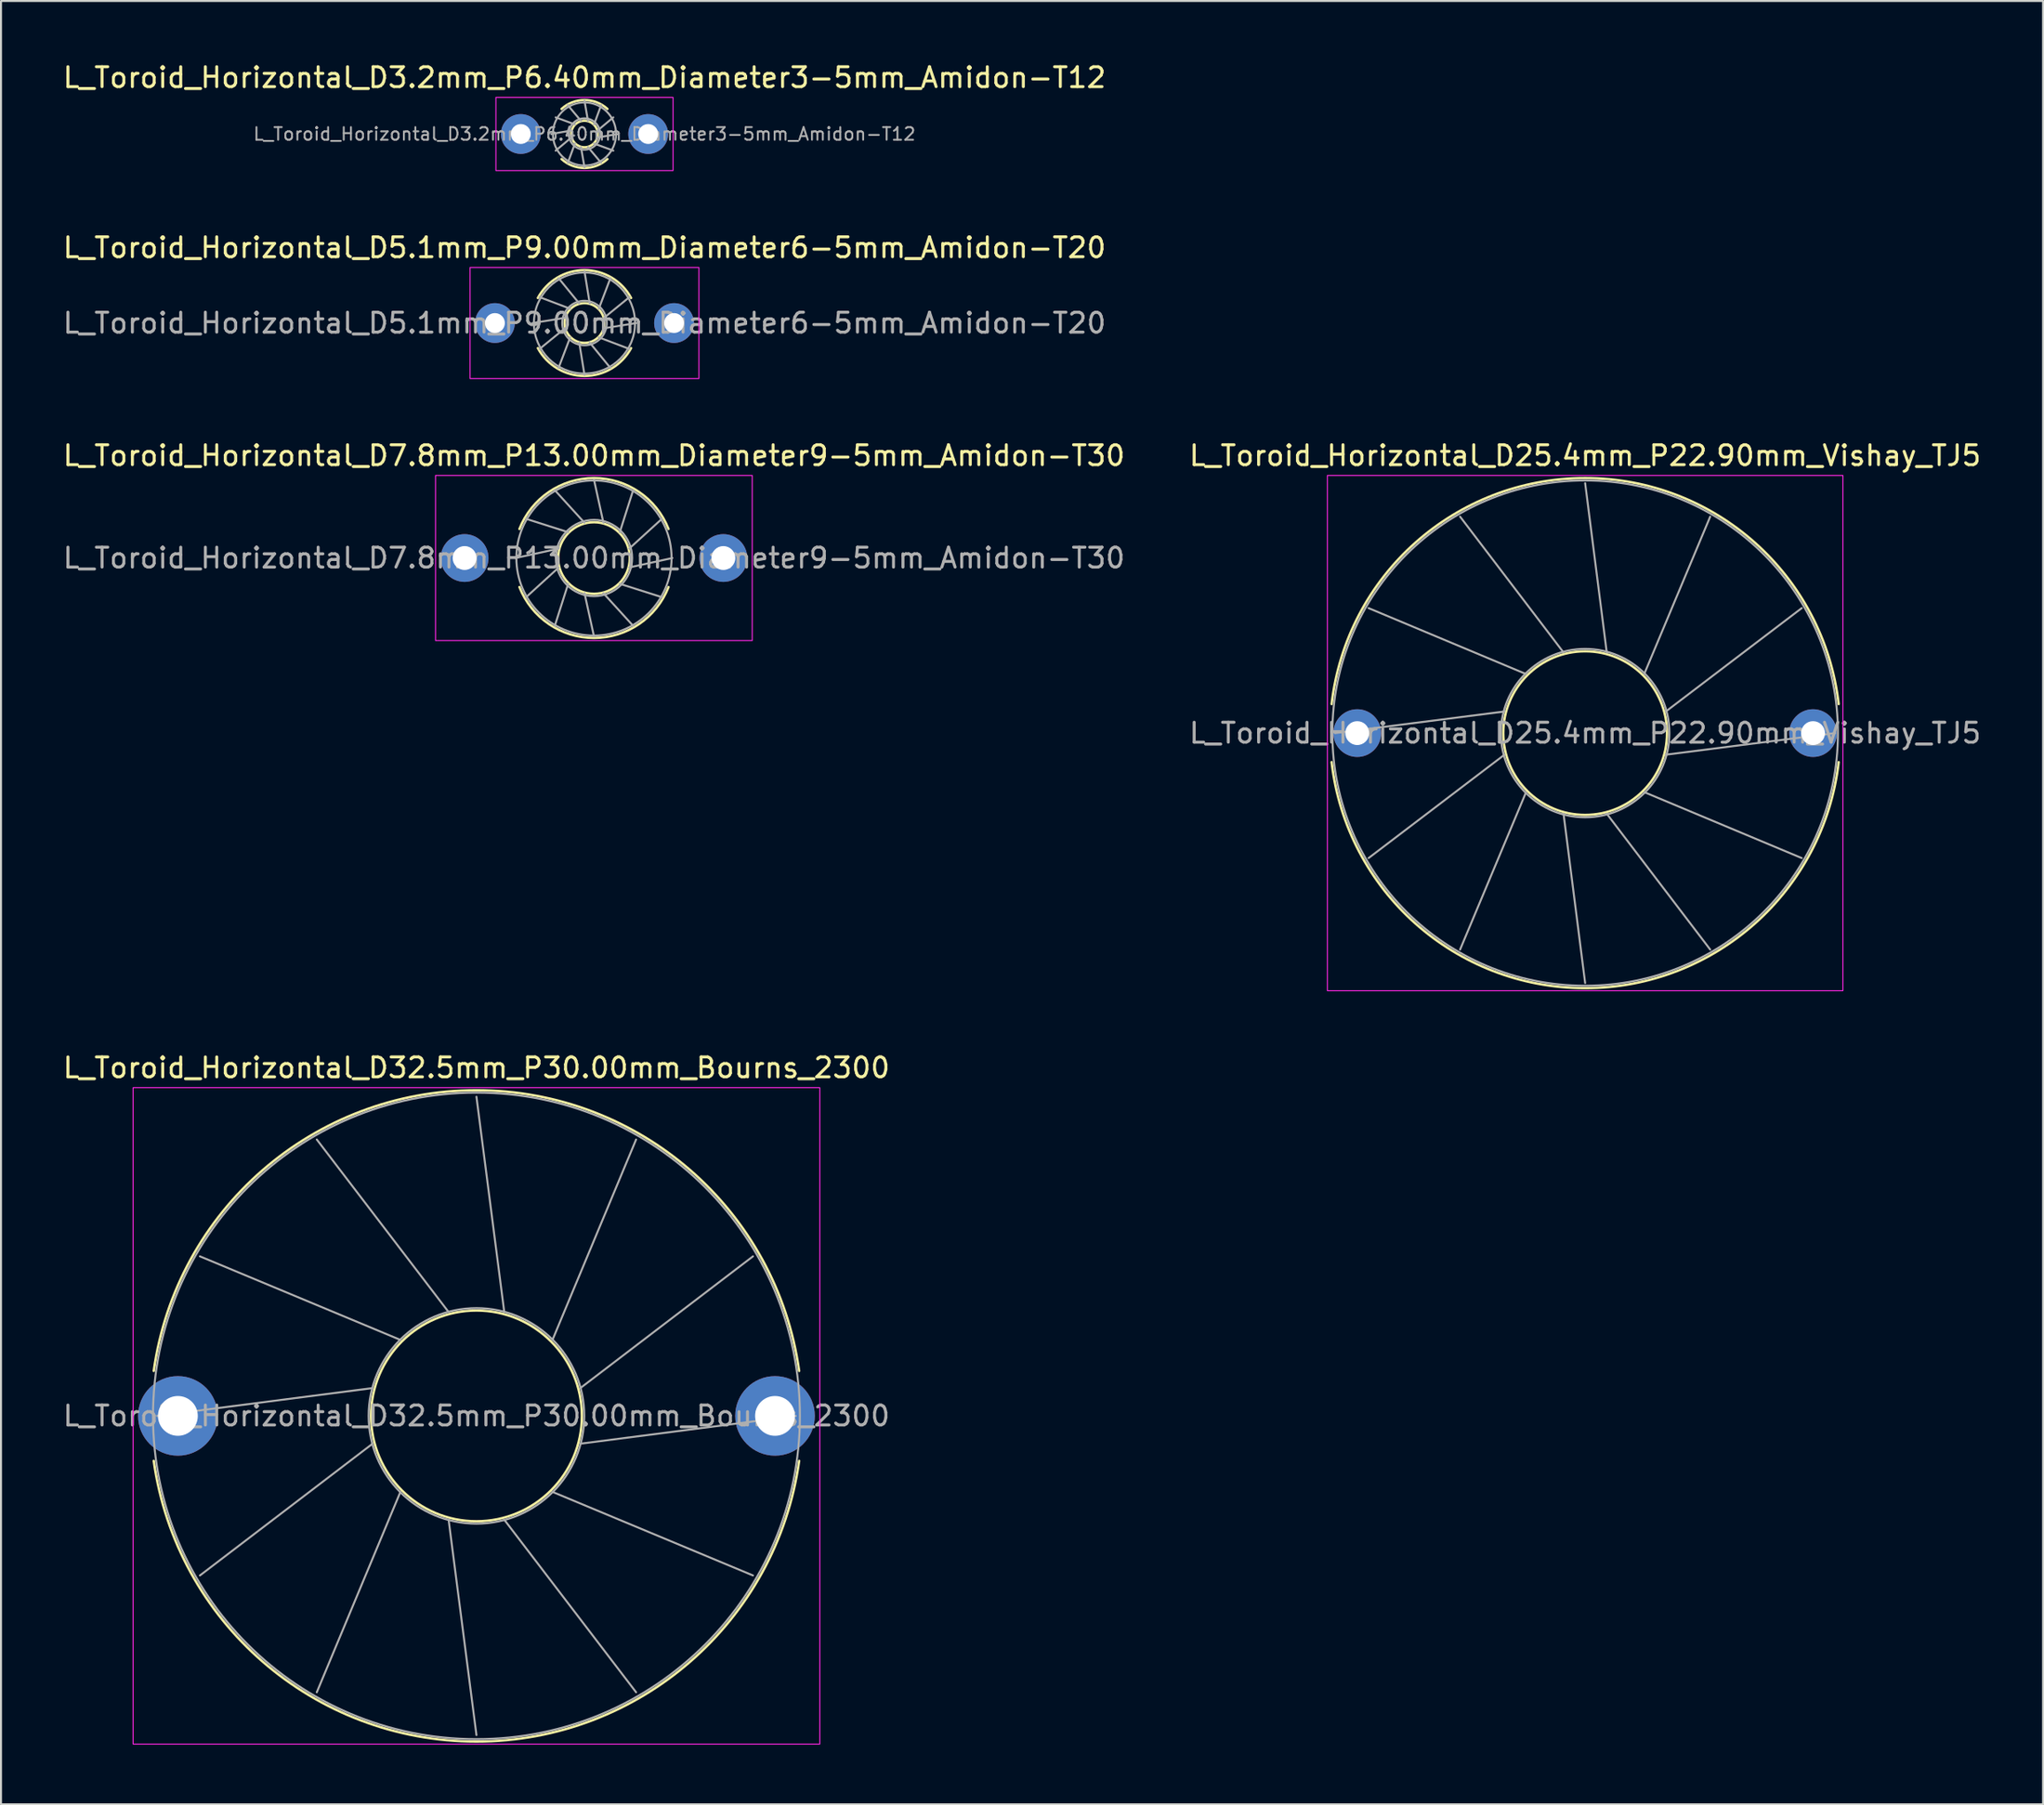
<source format=kicad_pcb>
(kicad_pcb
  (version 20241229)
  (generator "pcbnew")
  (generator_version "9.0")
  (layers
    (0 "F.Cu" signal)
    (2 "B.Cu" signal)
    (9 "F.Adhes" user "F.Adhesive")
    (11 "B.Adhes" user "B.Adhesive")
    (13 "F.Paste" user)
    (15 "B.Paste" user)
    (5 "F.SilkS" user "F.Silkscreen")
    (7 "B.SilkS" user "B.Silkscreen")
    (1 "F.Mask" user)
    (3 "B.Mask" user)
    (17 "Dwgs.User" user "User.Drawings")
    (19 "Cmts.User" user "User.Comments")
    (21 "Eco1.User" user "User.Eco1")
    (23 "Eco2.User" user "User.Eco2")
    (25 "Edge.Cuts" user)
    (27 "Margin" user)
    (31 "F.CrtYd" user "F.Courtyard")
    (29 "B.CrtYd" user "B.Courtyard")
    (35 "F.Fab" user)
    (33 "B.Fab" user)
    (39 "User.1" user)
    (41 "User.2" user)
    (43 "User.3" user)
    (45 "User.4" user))
  (footprint "L_Toroid_Horizontal_D7.8mm_P13.00mm_Diameter9-5mm_Amidon-T30"
    (layer "F.Cu")
    (at 20.292 25.001)
    (property "Reference" "L_Toroid_Horizontal_D7.8mm_P13.00mm_Diameter9-5mm_Amidon-T30" (at 6.5 -5.149 0) (layer "F.SilkS") (effects (font (size 1 1) (thickness 0.15))))
    (attr through_hole)
    (fp_arc (start 2.755677 -1.46) (mid 6.5 -4.0189) (end 10.244323 -1.46) (stroke (width 0.12) (type solid)) (layer "F.SilkS"))
    (fp_arc (start 10.244323 1.46) (mid 6.5 4.0189) (end 2.755677 1.46) (stroke (width 0.12) (type solid)) (layer "F.SilkS"))
    (fp_circle (center 6.5 0) (end 8.298 0) (stroke (width 0.12) (type solid)) (fill no) (layer "F.SilkS"))
    (fp_rect (start -1.46 -4.15) (end 14.45 4.15) (stroke (width 0.05) (type solid)) (fill no) (layer "F.CrtYd"))
    (fp_line (start 2.561 0) (end 4.729 -0.475) (stroke (width 0.1) (type solid)) (layer "F.Fab"))
    (fp_line (start 3.089 -1.969) (end 5.203 -1.297) (stroke (width 0.1) (type solid)) (layer "F.Fab"))
    (fp_line (start 3.089 1.969) (end 4.729 0.475) (stroke (width 0.1) (type solid)) (layer "F.Fab"))
    (fp_line (start 4.531 -3.411) (end 6.025 -1.771) (stroke (width 0.1) (type solid)) (layer "F.Fab"))
    (fp_line (start 4.531 3.411) (end 5.203 1.297) (stroke (width 0.1) (type solid)) (layer "F.Fab"))
    (fp_line (start 6.5 -3.939) (end 6.975 -1.771) (stroke (width 0.1) (type solid)) (layer "F.Fab"))
    (fp_line (start 6.5 3.939) (end 6.025 1.771) (stroke (width 0.1) (type solid)) (layer "F.Fab"))
    (fp_line (start 8.469 -3.411) (end 7.797 -1.297) (stroke (width 0.1) (type solid)) (layer "F.Fab"))
    (fp_line (start 8.469 3.411) (end 6.975 1.771) (stroke (width 0.1) (type solid)) (layer "F.Fab"))
    (fp_line (start 9.911 -1.969) (end 8.271 -0.475) (stroke (width 0.1) (type solid)) (layer "F.Fab"))
    (fp_line (start 9.911 1.969) (end 7.797 1.297) (stroke (width 0.1) (type solid)) (layer "F.Fab"))
    (fp_line (start 10.439 0) (end 8.271 0.475) (stroke (width 0.1) (type solid)) (layer "F.Fab"))
    (fp_circle (center 6.5 0) (end 8.418 0) (stroke (width 0.1) (type solid)) (fill no) (layer "F.Fab"))
    (fp_circle (center 6.5 0) (end 10.399 0) (stroke (width 0.1) (type solid)) (fill no) (layer "F.Fab"))
    (fp_text user "${REFERENCE}" (at 6.5 0 0) (layer "F.Fab") (effects (font (size 1 1) (thickness 0.15))))
    (pad "1" thru_hole circle (at 0 0) (size 2.4 2.4) (drill 1.2) (layers "*.Cu" "*.Mask"))
    (pad "2" thru_hole circle (at 13 0) (size 2.4 2.4) (drill 1.2) (layers "*.Cu" "*.Mask")))
  (footprint "L_Toroid_Horizontal_D5.1mm_P9.00mm_Diameter6-5mm_Amidon-T20"
    (layer "F.Cu")
    (at 21.815 13.189)
    (property "Reference" "L_Toroid_Horizontal_D5.1mm_P9.00mm_Diameter6-5mm_Amidon-T20" (at 4.5 -3.79 0) (layer "F.SilkS") (effects (font (size 1 1) (thickness 0.15))))
    (attr through_hole)
    (fp_arc (start 2.157352 -1.26) (mid 4.5 -2.66) (end 6.842648 -1.26) (stroke (width 0.12) (type solid)) (layer "F.SilkS"))
    (fp_arc (start 6.842648 1.26) (mid 4.5 2.66) (end 2.157352 1.26) (stroke (width 0.12) (type solid)) (layer "F.SilkS"))
    (fp_circle (center 4.5 0) (end 5.498 0) (stroke (width 0.12) (type solid)) (fill no) (layer "F.SilkS"))
    (fp_rect (start -1.25 -2.79) (end 10.25 2.79) (stroke (width 0.05) (type solid)) (fill no) (layer "F.CrtYd"))
    (fp_line (start 1.893 0) (end 3.517 -0.263) (stroke (width 0.1) (type solid)) (layer "F.Fab"))
    (fp_line (start 2.242 -1.303) (end 3.78 -0.72) (stroke (width 0.1) (type solid)) (layer "F.Fab"))
    (fp_line (start 2.242 1.303) (end 3.517 0.263) (stroke (width 0.1) (type solid)) (layer "F.Fab"))
    (fp_line (start 3.197 -2.258) (end 4.237 -0.983) (stroke (width 0.1) (type solid)) (layer "F.Fab"))
    (fp_line (start 3.197 2.258) (end 3.78 0.72) (stroke (width 0.1) (type solid)) (layer "F.Fab"))
    (fp_line (start 4.5 -2.607) (end 4.763 -0.983) (stroke (width 0.1) (type solid)) (layer "F.Fab"))
    (fp_line (start 4.5 2.607) (end 4.237 0.983) (stroke (width 0.1) (type solid)) (layer "F.Fab"))
    (fp_line (start 5.803 -2.258) (end 5.22 -0.72) (stroke (width 0.1) (type solid)) (layer "F.Fab"))
    (fp_line (start 5.803 2.258) (end 4.763 0.983) (stroke (width 0.1) (type solid)) (layer "F.Fab"))
    (fp_line (start 6.758 -1.303) (end 5.483 -0.263) (stroke (width 0.1) (type solid)) (layer "F.Fab"))
    (fp_line (start 6.758 1.303) (end 5.22 0.72) (stroke (width 0.1) (type solid)) (layer "F.Fab"))
    (fp_line (start 7.107 0) (end 5.483 0.263) (stroke (width 0.1) (type solid)) (layer "F.Fab"))
    (fp_circle (center 4.5 0) (end 5.618 0) (stroke (width 0.1) (type solid)) (fill no) (layer "F.Fab"))
    (fp_circle (center 4.5 0) (end 7.04 0) (stroke (width 0.1) (type solid)) (fill no) (layer "F.Fab"))
    (fp_text user "${REFERENCE}" (at 4.5 0 0) (layer "F.Fab") (effects (font (size 1 1) (thickness 0.15))))
    (pad "1" thru_hole circle (at 0 0) (size 2 2) (drill 1) (layers "*.Cu" "*.Mask"))
    (pad "2" thru_hole circle (at 9 0) (size 2 2) (drill 1) (layers "*.Cu" "*.Mask")))
  (footprint "L_Toroid_Horizontal_D3.2mm_P6.40mm_Diameter3-5mm_Amidon-T12"
    (layer "F.Cu")
    (at 23.115 3.686)
    (property "Reference" "L_Toroid_Horizontal_D3.2mm_P6.40mm_Diameter3-5mm_Amidon-T12" (at 3.2 -2.837 0) (layer "F.SilkS") (effects (font (size 1 1) (thickness 0.15))))
    (attr through_hole)
    (fp_arc (start 2.04763 -1.26) (mid 3.2 -1.7075) (end 4.35237 -1.26) (stroke (width 0.12) (type solid)) (layer "F.SilkS"))
    (fp_arc (start 4.35237 1.26) (mid 3.2 1.7075) (end 2.04763 1.26) (stroke (width 0.12) (type solid)) (layer "F.SilkS"))
    (fp_circle (center 3.2 0) (end 3.867 0) (stroke (width 0.12) (type solid)) (fill no) (layer "F.SilkS"))
    (fp_rect (start -1.25 -1.84) (end 7.65 1.84) (stroke (width 0.05) (type solid)) (fill no) (layer "F.CrtYd"))
    (fp_line (start 1.527 0) (end 2.542 -0.176) (stroke (width 0.1) (type solid)) (layer "F.Fab"))
    (fp_line (start 1.751 -0.837) (end 2.719 -0.481) (stroke (width 0.1) (type solid)) (layer "F.Fab"))
    (fp_line (start 1.751 0.837) (end 2.542 0.176) (stroke (width 0.1) (type solid)) (layer "F.Fab"))
    (fp_line (start 2.363 -1.449) (end 3.024 -0.658) (stroke (width 0.1) (type solid)) (layer "F.Fab"))
    (fp_line (start 2.363 1.449) (end 2.719 0.481) (stroke (width 0.1) (type solid)) (layer "F.Fab"))
    (fp_line (start 3.2 -1.673) (end 3.376 -0.658) (stroke (width 0.1) (type solid)) (layer "F.Fab"))
    (fp_line (start 3.2 1.673) (end 3.024 0.658) (stroke (width 0.1) (type solid)) (layer "F.Fab"))
    (fp_line (start 4.037 -1.449) (end 3.681 -0.481) (stroke (width 0.1) (type solid)) (layer "F.Fab"))
    (fp_line (start 4.037 1.449) (end 3.376 0.658) (stroke (width 0.1) (type solid)) (layer "F.Fab"))
    (fp_line (start 4.649 -0.837) (end 3.858 -0.176) (stroke (width 0.1) (type solid)) (layer "F.Fab"))
    (fp_line (start 4.649 0.837) (end 3.681 0.481) (stroke (width 0.1) (type solid)) (layer "F.Fab"))
    (fp_line (start 4.873 0) (end 3.858 0.176) (stroke (width 0.1) (type solid)) (layer "F.Fab"))
    (fp_circle (center 3.2 0) (end 3.987 0) (stroke (width 0.1) (type solid)) (fill no) (layer "F.Fab"))
    (fp_circle (center 3.2 0) (end 4.787 0) (stroke (width 0.1) (type solid)) (fill no) (layer "F.Fab"))
    (fp_text user "${REFERENCE}" (at 3.2 0 0) (layer "F.Fab") (effects (font (size 0.635 0.635) (thickness 0.095))))
    (pad "1" thru_hole circle (at 0 0) (size 2 2) (drill 1) (layers "*.Cu" "*.Mask"))
    (pad "2" thru_hole circle (at 6.4 0) (size 2 2) (drill 1) (layers "*.Cu" "*.Mask")))
  (footprint "L_Toroid_Horizontal_D25.4mm_P22.90mm_Vishay_TJ5"
    (layer "F.Cu")
    (at 65.139 33.802)
    (property "Reference" "L_Toroid_Horizontal_D25.4mm_P22.90mm_Vishay_TJ5" (at 11.45 -13.95 0) (layer "F.SilkS") (effects (font (size 1 1) (thickness 0.15))))
    (attr through_hole)
    (fp_arc (start -1.286593 -1.46) (mid 11.45 -12.82) (end 24.186593 -1.46) (stroke (width 0.12) (type solid)) (layer "F.SilkS"))
    (fp_arc (start 24.186593 1.46) (mid 11.45 12.82) (end -1.286593 1.46) (stroke (width 0.12) (type solid)) (layer "F.SilkS"))
    (fp_circle (center 11.45 0) (end 15.563 0) (stroke (width 0.12) (type solid)) (fill no) (layer "F.SilkS"))
    (fp_rect (start -1.5 -12.95) (end 24.4 12.95) (stroke (width 0.05) (type solid)) (fill no) (layer "F.CrtYd"))
    (fp_line (start -1.114 0) (end 7.397 -1.086) (stroke (width 0.1) (type solid)) (layer "F.Fab"))
    (fp_line (start 0.57 -6.282) (end 8.483 -2.967) (stroke (width 0.1) (type solid)) (layer "F.Fab"))
    (fp_line (start 0.57 6.282) (end 7.397 1.086) (stroke (width 0.1) (type solid)) (layer "F.Fab"))
    (fp_line (start 5.168 -10.88) (end 10.364 -4.053) (stroke (width 0.1) (type solid)) (layer "F.Fab"))
    (fp_line (start 5.168 10.88) (end 8.483 2.967) (stroke (width 0.1) (type solid)) (layer "F.Fab"))
    (fp_line (start 11.45 -12.564) (end 12.536 -4.053) (stroke (width 0.1) (type solid)) (layer "F.Fab"))
    (fp_line (start 11.45 12.564) (end 10.364 4.053) (stroke (width 0.1) (type solid)) (layer "F.Fab"))
    (fp_line (start 17.732 -10.88) (end 14.417 -2.967) (stroke (width 0.1) (type solid)) (layer "F.Fab"))
    (fp_line (start 17.732 10.88) (end 12.536 4.053) (stroke (width 0.1) (type solid)) (layer "F.Fab"))
    (fp_line (start 22.33 -6.282) (end 15.503 -1.086) (stroke (width 0.1) (type solid)) (layer "F.Fab"))
    (fp_line (start 22.33 6.282) (end 14.417 2.967) (stroke (width 0.1) (type solid)) (layer "F.Fab"))
    (fp_line (start 24.014 0) (end 15.503 1.086) (stroke (width 0.1) (type solid)) (layer "F.Fab"))
    (fp_circle (center 11.45 0) (end 15.683 0) (stroke (width 0.1) (type solid)) (fill no) (layer "F.Fab"))
    (fp_circle (center 11.45 0) (end 24.15 0) (stroke (width 0.1) (type solid)) (fill no) (layer "F.Fab"))
    (fp_text user "${REFERENCE}" (at 11.45 0 0) (layer "F.Fab") (effects (font (size 1 1) (thickness 0.15))))
    (pad "1" thru_hole circle (at 0 0) (size 2.4 2.4) (drill 1.2) (layers "*.Cu" "*.Mask"))
    (pad "2" thru_hole circle (at 22.9 0) (size 2.4 2.4) (drill 1.2) (layers "*.Cu" "*.Mask")))
  (footprint "L_Toroid_Horizontal_D32.5mm_P30.00mm_Bourns_2300"
    (layer "F.Cu")
    (at 5.887 68.126)
    (property "Reference" "L_Toroid_Horizontal_D32.5mm_P30.00mm_Bourns_2300" (at 15 -17.5 0) (layer "F.SilkS") (effects (font (size 1 1) (thickness 0.15))))
    (attr through_hole)
    (fp_arc (start -1.213245 -2.26) (mid 15 -16.37) (end 31.213245 -2.26) (stroke (width 0.12) (type solid)) (layer "F.SilkS"))
    (fp_arc (start 31.213245 2.26) (mid 15 16.37) (end -1.213245 2.26) (stroke (width 0.12) (type solid)) (layer "F.SilkS"))
    (fp_circle (center 15 0) (end 20.297 0) (stroke (width 0.12) (type solid)) (fill no) (layer "F.SilkS"))
    (fp_rect (start -2.25 -16.5) (end 32.25 16.5) (stroke (width 0.05) (type solid)) (fill no) (layer "F.CrtYd"))
    (fp_line (start -1.043 0) (end 9.781 -1.398) (stroke (width 0.1) (type solid)) (layer "F.Fab"))
    (fp_line (start 1.107 -8.021) (end 11.18 -3.82) (stroke (width 0.1) (type solid)) (layer "F.Fab"))
    (fp_line (start 1.107 8.021) (end 9.781 1.398) (stroke (width 0.1) (type solid)) (layer "F.Fab"))
    (fp_line (start 6.979 -13.893) (end 13.602 -5.219) (stroke (width 0.1) (type solid)) (layer "F.Fab"))
    (fp_line (start 6.979 13.893) (end 11.18 3.82) (stroke (width 0.1) (type solid)) (layer "F.Fab"))
    (fp_line (start 15 -16.043) (end 16.398 -5.219) (stroke (width 0.1) (type solid)) (layer "F.Fab"))
    (fp_line (start 15 16.043) (end 13.602 5.219) (stroke (width 0.1) (type solid)) (layer "F.Fab"))
    (fp_line (start 23.021 -13.893) (end 18.82 -3.82) (stroke (width 0.1) (type solid)) (layer "F.Fab"))
    (fp_line (start 23.021 13.893) (end 16.398 5.219) (stroke (width 0.1) (type solid)) (layer "F.Fab"))
    (fp_line (start 28.893 -8.021) (end 20.219 -1.398) (stroke (width 0.1) (type solid)) (layer "F.Fab"))
    (fp_line (start 28.893 8.021) (end 18.82 3.82) (stroke (width 0.1) (type solid)) (layer "F.Fab"))
    (fp_line (start 31.043 0) (end 20.219 1.398) (stroke (width 0.1) (type solid)) (layer "F.Fab"))
    (fp_circle (center 15 0) (end 20.417 0) (stroke (width 0.1) (type solid)) (fill no) (layer "F.Fab"))
    (fp_circle (center 15 0) (end 31.25 0) (stroke (width 0.1) (type solid)) (fill no) (layer "F.Fab"))
    (fp_text user "${REFERENCE}" (at 15 0 0) (layer "F.Fab") (effects (font (size 1 1) (thickness 0.15))))
    (pad "1" thru_hole circle (at 0 0) (size 4 4) (drill 2) (layers "*.Cu" "*.Mask"))
    (pad "2" thru_hole circle (at 30 0) (size 4 4) (drill 2) (layers "*.Cu" "*.Mask")))
  (gr_rect
    (start -3 -3)
    (end 99.595 87.65)
    (stroke (width 0.1) (type default))
    (fill no)
    (layer "Edge.Cuts")))
</source>
